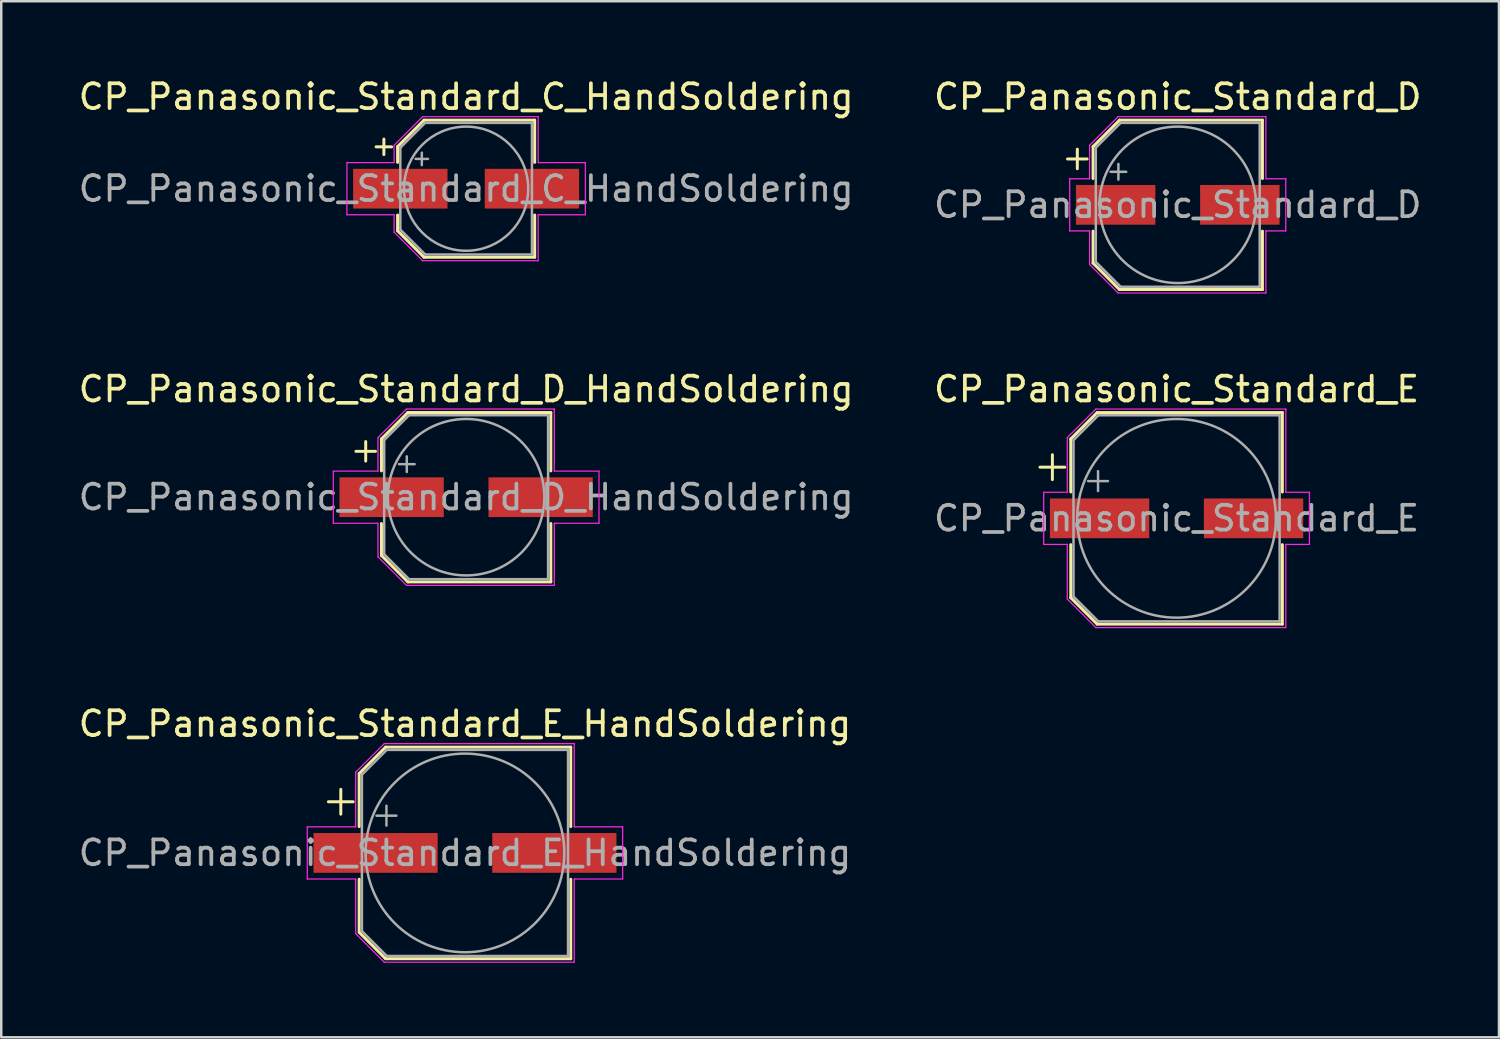
<source format=kicad_pcb>
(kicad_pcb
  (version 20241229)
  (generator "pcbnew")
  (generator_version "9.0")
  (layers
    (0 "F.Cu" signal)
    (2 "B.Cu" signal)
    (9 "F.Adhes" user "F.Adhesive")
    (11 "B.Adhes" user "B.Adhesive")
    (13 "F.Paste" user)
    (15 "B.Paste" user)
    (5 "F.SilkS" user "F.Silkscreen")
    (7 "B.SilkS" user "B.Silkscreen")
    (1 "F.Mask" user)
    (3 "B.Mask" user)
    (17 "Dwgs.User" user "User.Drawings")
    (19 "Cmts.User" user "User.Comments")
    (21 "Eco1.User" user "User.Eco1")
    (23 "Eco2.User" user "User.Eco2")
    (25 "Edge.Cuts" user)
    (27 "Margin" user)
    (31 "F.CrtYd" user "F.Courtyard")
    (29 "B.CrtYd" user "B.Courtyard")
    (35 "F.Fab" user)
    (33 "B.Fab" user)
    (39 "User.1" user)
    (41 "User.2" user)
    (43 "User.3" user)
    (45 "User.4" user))
  (footprint "CP_Panasonic_Standard_C_HandSoldering"
    (layer "F.Cu")
    (at 15.72 4.548)
    (property "Reference" "CP_Panasonic_Standard_C_HandSoldering" (at 0 -3.7 0) (layer "F.SilkS") (effects (font (size 1 1) (thickness 0.15))))
    (attr smd)
    (fp_line (start -3.625 -1.685) (end -3 -1.685) (stroke (width 0.12) (type solid)) (layer "F.SilkS"))
    (fp_line (start -3.312 -1.998) (end -3.312 -1.373) (stroke (width 0.12) (type solid)) (layer "F.SilkS"))
    (fp_line (start -2.76 -1.696) (end -2.76 -1.06) (stroke (width 0.12) (type solid)) (layer "F.SilkS"))
    (fp_line (start -2.76 -1.696) (end -1.696 -2.76) (stroke (width 0.12) (type solid)) (layer "F.SilkS"))
    (fp_line (start -2.76 1.696) (end -2.76 1.06) (stroke (width 0.12) (type solid)) (layer "F.SilkS"))
    (fp_line (start -2.76 1.696) (end -1.696 2.76) (stroke (width 0.12) (type solid)) (layer "F.SilkS"))
    (fp_line (start -1.696 -2.76) (end 2.76 -2.76) (stroke (width 0.12) (type solid)) (layer "F.SilkS"))
    (fp_line (start -1.696 2.76) (end 2.76 2.76) (stroke (width 0.12) (type solid)) (layer "F.SilkS"))
    (fp_line (start 2.76 -2.76) (end 2.76 -1.06) (stroke (width 0.12) (type solid)) (layer "F.SilkS"))
    (fp_line (start 2.76 2.76) (end 2.76 1.06) (stroke (width 0.12) (type solid)) (layer "F.SilkS"))
    (fp_line (start -4.8 -1.05) (end -4.8 1.05) (stroke (width 0.05) (type solid)) (layer "F.CrtYd"))
    (fp_line (start -4.8 1.05) (end -2.9 1.05) (stroke (width 0.05) (type solid)) (layer "F.CrtYd"))
    (fp_line (start -2.9 -1.75) (end -2.9 -1.05) (stroke (width 0.05) (type solid)) (layer "F.CrtYd"))
    (fp_line (start -2.9 -1.75) (end -1.75 -2.9) (stroke (width 0.05) (type solid)) (layer "F.CrtYd"))
    (fp_line (start -2.9 -1.05) (end -4.8 -1.05) (stroke (width 0.05) (type solid)) (layer "F.CrtYd"))
    (fp_line (start -2.9 1.05) (end -2.9 1.75) (stroke (width 0.05) (type solid)) (layer "F.CrtYd"))
    (fp_line (start -2.9 1.75) (end -1.75 2.9) (stroke (width 0.05) (type solid)) (layer "F.CrtYd"))
    (fp_line (start -1.75 -2.9) (end 2.9 -2.9) (stroke (width 0.05) (type solid)) (layer "F.CrtYd"))
    (fp_line (start -1.75 2.9) (end 2.9 2.9) (stroke (width 0.05) (type solid)) (layer "F.CrtYd"))
    (fp_line (start 2.9 -2.9) (end 2.9 -1.05) (stroke (width 0.05) (type solid)) (layer "F.CrtYd"))
    (fp_line (start 2.9 -1.05) (end 4.8 -1.05) (stroke (width 0.05) (type solid)) (layer "F.CrtYd"))
    (fp_line (start 2.9 1.05) (end 2.9 2.9) (stroke (width 0.05) (type solid)) (layer "F.CrtYd"))
    (fp_line (start 4.8 -1.05) (end 4.8 1.05) (stroke (width 0.05) (type solid)) (layer "F.CrtYd"))
    (fp_line (start 4.8 1.05) (end 2.9 1.05) (stroke (width 0.05) (type solid)) (layer "F.CrtYd"))
    (fp_line (start -2.65 -1.65) (end -2.65 1.65) (stroke (width 0.1) (type solid)) (layer "F.Fab"))
    (fp_line (start -2.65 -1.65) (end -1.65 -2.65) (stroke (width 0.1) (type solid)) (layer "F.Fab"))
    (fp_line (start -2.65 1.65) (end -1.65 2.65) (stroke (width 0.1) (type solid)) (layer "F.Fab"))
    (fp_line (start -2.034 -1.2) (end -1.534 -1.2) (stroke (width 0.1) (type solid)) (layer "F.Fab"))
    (fp_line (start -1.784 -1.45) (end -1.784 -0.95) (stroke (width 0.1) (type solid)) (layer "F.Fab"))
    (fp_line (start -1.65 -2.65) (end 2.65 -2.65) (stroke (width 0.1) (type solid)) (layer "F.Fab"))
    (fp_line (start -1.65 2.65) (end 2.65 2.65) (stroke (width 0.1) (type solid)) (layer "F.Fab"))
    (fp_line (start 2.65 -2.65) (end 2.65 2.65) (stroke (width 0.1) (type solid)) (layer "F.Fab"))
    (fp_circle (center 0 0) (end 2.5 0) (stroke (width 0.1) (type solid)) (fill no) (layer "F.Fab"))
    (fp_text user "${REFERENCE}" (at 0 0 0) (layer "F.Fab") (effects (font (size 1 1) (thickness 0.15))))
    (pad "1" smd rect (at -2.65 0) (size 3.8 1.6) (layers "F.Cu" "F.Mask" "F.Paste"))
    (pad "2" smd rect (at 2.65 0) (size 3.8 1.6) (layers "F.Cu" "F.Mask" "F.Paste")))
  (footprint "CP_Panasonic_Standard_E"
    (layer "F.Cu")
    (at 44.327 17.822)
    (property "Reference" "CP_Panasonic_Standard_E" (at 0 -5.2 0) (layer "F.SilkS") (effects (font (size 1 1) (thickness 0.15))))
    (attr smd)
    (fp_line (start -5.5 -2.06) (end -4.5 -2.06) (stroke (width 0.12) (type solid)) (layer "F.SilkS"))
    (fp_line (start -5 -2.56) (end -5 -1.56) (stroke (width 0.12) (type solid)) (layer "F.SilkS"))
    (fp_line (start -4.26 -3.196) (end -4.26 -1.06) (stroke (width 0.12) (type solid)) (layer "F.SilkS"))
    (fp_line (start -4.26 -3.196) (end -3.196 -4.26) (stroke (width 0.12) (type solid)) (layer "F.SilkS"))
    (fp_line (start -4.26 3.196) (end -4.26 1.06) (stroke (width 0.12) (type solid)) (layer "F.SilkS"))
    (fp_line (start -4.26 3.196) (end -3.196 4.26) (stroke (width 0.12) (type solid)) (layer "F.SilkS"))
    (fp_line (start -3.196 -4.26) (end 4.26 -4.26) (stroke (width 0.12) (type solid)) (layer "F.SilkS"))
    (fp_line (start -3.196 4.26) (end 4.26 4.26) (stroke (width 0.12) (type solid)) (layer "F.SilkS"))
    (fp_line (start 4.26 -4.26) (end 4.26 -1.06) (stroke (width 0.12) (type solid)) (layer "F.SilkS"))
    (fp_line (start 4.26 4.26) (end 4.26 1.06) (stroke (width 0.12) (type solid)) (layer "F.SilkS"))
    (fp_line (start -5.35 -1.05) (end -5.35 1.05) (stroke (width 0.05) (type solid)) (layer "F.CrtYd"))
    (fp_line (start -5.35 1.05) (end -4.4 1.05) (stroke (width 0.05) (type solid)) (layer "F.CrtYd"))
    (fp_line (start -4.4 -3.25) (end -4.4 -1.05) (stroke (width 0.05) (type solid)) (layer "F.CrtYd"))
    (fp_line (start -4.4 -3.25) (end -3.25 -4.4) (stroke (width 0.05) (type solid)) (layer "F.CrtYd"))
    (fp_line (start -4.4 -1.05) (end -5.35 -1.05) (stroke (width 0.05) (type solid)) (layer "F.CrtYd"))
    (fp_line (start -4.4 1.05) (end -4.4 3.25) (stroke (width 0.05) (type solid)) (layer "F.CrtYd"))
    (fp_line (start -4.4 3.25) (end -3.25 4.4) (stroke (width 0.05) (type solid)) (layer "F.CrtYd"))
    (fp_line (start -3.25 -4.4) (end 4.4 -4.4) (stroke (width 0.05) (type solid)) (layer "F.CrtYd"))
    (fp_line (start -3.25 4.4) (end 4.4 4.4) (stroke (width 0.05) (type solid)) (layer "F.CrtYd"))
    (fp_line (start 4.4 -4.4) (end 4.4 -1.05) (stroke (width 0.05) (type solid)) (layer "F.CrtYd"))
    (fp_line (start 4.4 -1.05) (end 5.35 -1.05) (stroke (width 0.05) (type solid)) (layer "F.CrtYd"))
    (fp_line (start 4.4 1.05) (end 4.4 4.4) (stroke (width 0.05) (type solid)) (layer "F.CrtYd"))
    (fp_line (start 5.35 -1.05) (end 5.35 1.05) (stroke (width 0.05) (type solid)) (layer "F.CrtYd"))
    (fp_line (start 5.35 1.05) (end 4.4 1.05) (stroke (width 0.05) (type solid)) (layer "F.CrtYd"))
    (fp_line (start -4.15 -3.15) (end -4.15 3.15) (stroke (width 0.1) (type solid)) (layer "F.Fab"))
    (fp_line (start -4.15 -3.15) (end -3.15 -4.15) (stroke (width 0.1) (type solid)) (layer "F.Fab"))
    (fp_line (start -4.15 3.15) (end -3.15 4.15) (stroke (width 0.1) (type solid)) (layer "F.Fab"))
    (fp_line (start -3.562 -1.5) (end -2.762 -1.5) (stroke (width 0.1) (type solid)) (layer "F.Fab"))
    (fp_line (start -3.162 -1.9) (end -3.162 -1.1) (stroke (width 0.1) (type solid)) (layer "F.Fab"))
    (fp_line (start -3.15 -4.15) (end 4.15 -4.15) (stroke (width 0.1) (type solid)) (layer "F.Fab"))
    (fp_line (start -3.15 4.15) (end 4.15 4.15) (stroke (width 0.1) (type solid)) (layer "F.Fab"))
    (fp_line (start 4.15 -4.15) (end 4.15 4.15) (stroke (width 0.1) (type solid)) (layer "F.Fab"))
    (fp_circle (center 0 0) (end 4 0) (stroke (width 0.1) (type solid)) (fill no) (layer "F.Fab"))
    (fp_text user "${REFERENCE}" (at 0 0 0) (layer "F.Fab") (effects (font (size 1 1) (thickness 0.15))))
    (pad "1" smd rect (at -3.1 0) (size 4 1.6) (layers "F.Cu" "F.Mask" "F.Paste"))
    (pad "2" smd rect (at 3.1 0) (size 4 1.6) (layers "F.Cu" "F.Mask" "F.Paste")))
  (footprint "CP_Panasonic_Standard_E_HandSoldering"
    (layer "F.Cu")
    (at 15.673 31.295)
    (property "Reference" "CP_Panasonic_Standard_E_HandSoldering" (at 0 -5.2 0) (layer "F.SilkS") (effects (font (size 1 1) (thickness 0.15))))
    (attr smd)
    (fp_line (start -5.5 -2.06) (end -4.5 -2.06) (stroke (width 0.12) (type solid)) (layer "F.SilkS"))
    (fp_line (start -5 -2.56) (end -5 -1.56) (stroke (width 0.12) (type solid)) (layer "F.SilkS"))
    (fp_line (start -4.26 -3.196) (end -4.26 -1.06) (stroke (width 0.12) (type solid)) (layer "F.SilkS"))
    (fp_line (start -4.26 -3.196) (end -3.196 -4.26) (stroke (width 0.12) (type solid)) (layer "F.SilkS"))
    (fp_line (start -4.26 3.196) (end -4.26 1.06) (stroke (width 0.12) (type solid)) (layer "F.SilkS"))
    (fp_line (start -4.26 3.196) (end -3.196 4.26) (stroke (width 0.12) (type solid)) (layer "F.SilkS"))
    (fp_line (start -3.196 -4.26) (end 4.26 -4.26) (stroke (width 0.12) (type solid)) (layer "F.SilkS"))
    (fp_line (start -3.196 4.26) (end 4.26 4.26) (stroke (width 0.12) (type solid)) (layer "F.SilkS"))
    (fp_line (start 4.26 -4.26) (end 4.26 -1.06) (stroke (width 0.12) (type solid)) (layer "F.SilkS"))
    (fp_line (start 4.26 4.26) (end 4.26 1.06) (stroke (width 0.12) (type solid)) (layer "F.SilkS"))
    (fp_line (start -6.35 -1.05) (end -6.35 1.05) (stroke (width 0.05) (type solid)) (layer "F.CrtYd"))
    (fp_line (start -6.35 1.05) (end -4.4 1.05) (stroke (width 0.05) (type solid)) (layer "F.CrtYd"))
    (fp_line (start -4.4 -3.25) (end -4.4 -1.05) (stroke (width 0.05) (type solid)) (layer "F.CrtYd"))
    (fp_line (start -4.4 -3.25) (end -3.25 -4.4) (stroke (width 0.05) (type solid)) (layer "F.CrtYd"))
    (fp_line (start -4.4 -1.05) (end -6.35 -1.05) (stroke (width 0.05) (type solid)) (layer "F.CrtYd"))
    (fp_line (start -4.4 1.05) (end -4.4 3.25) (stroke (width 0.05) (type solid)) (layer "F.CrtYd"))
    (fp_line (start -4.4 3.25) (end -3.25 4.4) (stroke (width 0.05) (type solid)) (layer "F.CrtYd"))
    (fp_line (start -3.25 -4.4) (end 4.4 -4.4) (stroke (width 0.05) (type solid)) (layer "F.CrtYd"))
    (fp_line (start -3.25 4.4) (end 4.4 4.4) (stroke (width 0.05) (type solid)) (layer "F.CrtYd"))
    (fp_line (start 4.4 -4.4) (end 4.4 -1.05) (stroke (width 0.05) (type solid)) (layer "F.CrtYd"))
    (fp_line (start 4.4 -1.05) (end 6.35 -1.05) (stroke (width 0.05) (type solid)) (layer "F.CrtYd"))
    (fp_line (start 4.4 1.05) (end 4.4 4.4) (stroke (width 0.05) (type solid)) (layer "F.CrtYd"))
    (fp_line (start 6.35 -1.05) (end 6.35 1.05) (stroke (width 0.05) (type solid)) (layer "F.CrtYd"))
    (fp_line (start 6.35 1.05) (end 4.4 1.05) (stroke (width 0.05) (type solid)) (layer "F.CrtYd"))
    (fp_line (start -4.15 -3.15) (end -4.15 3.15) (stroke (width 0.1) (type solid)) (layer "F.Fab"))
    (fp_line (start -4.15 -3.15) (end -3.15 -4.15) (stroke (width 0.1) (type solid)) (layer "F.Fab"))
    (fp_line (start -4.15 3.15) (end -3.15 4.15) (stroke (width 0.1) (type solid)) (layer "F.Fab"))
    (fp_line (start -3.562 -1.5) (end -2.762 -1.5) (stroke (width 0.1) (type solid)) (layer "F.Fab"))
    (fp_line (start -3.162 -1.9) (end -3.162 -1.1) (stroke (width 0.1) (type solid)) (layer "F.Fab"))
    (fp_line (start -3.15 -4.15) (end 4.15 -4.15) (stroke (width 0.1) (type solid)) (layer "F.Fab"))
    (fp_line (start -3.15 4.15) (end 4.15 4.15) (stroke (width 0.1) (type solid)) (layer "F.Fab"))
    (fp_line (start 4.15 -4.15) (end 4.15 4.15) (stroke (width 0.1) (type solid)) (layer "F.Fab"))
    (fp_circle (center 0 0) (end 4 0) (stroke (width 0.1) (type solid)) (fill no) (layer "F.Fab"))
    (fp_text user "${REFERENCE}" (at 0 0 0) (layer "F.Fab") (effects (font (size 1 1) (thickness 0.15))))
    (pad "1" smd rect (at -3.6 0) (size 5 1.6) (layers "F.Cu" "F.Mask" "F.Paste"))
    (pad "2" smd rect (at 3.6 0) (size 5 1.6) (layers "F.Cu" "F.Mask" "F.Paste")))
  (footprint "CP_Panasonic_Standard_D_HandSoldering"
    (layer "F.Cu")
    (at 15.72 16.971)
    (property "Reference" "CP_Panasonic_Standard_D_HandSoldering" (at 0 -4.35 0) (layer "F.SilkS") (effects (font (size 1 1) (thickness 0.15))))
    (attr smd)
    (fp_line (start -4.438 -1.847) (end -3.65 -1.847) (stroke (width 0.12) (type solid)) (layer "F.SilkS"))
    (fp_line (start -4.044 -2.241) (end -4.044 -1.454) (stroke (width 0.12) (type solid)) (layer "F.SilkS"))
    (fp_line (start -3.41 -2.346) (end -3.41 -1.06) (stroke (width 0.12) (type solid)) (layer "F.SilkS"))
    (fp_line (start -3.41 -2.346) (end -2.346 -3.41) (stroke (width 0.12) (type solid)) (layer "F.SilkS"))
    (fp_line (start -3.41 2.346) (end -3.41 1.06) (stroke (width 0.12) (type solid)) (layer "F.SilkS"))
    (fp_line (start -3.41 2.346) (end -2.346 3.41) (stroke (width 0.12) (type solid)) (layer "F.SilkS"))
    (fp_line (start -2.346 -3.41) (end 3.41 -3.41) (stroke (width 0.12) (type solid)) (layer "F.SilkS"))
    (fp_line (start -2.346 3.41) (end 3.41 3.41) (stroke (width 0.12) (type solid)) (layer "F.SilkS"))
    (fp_line (start 3.41 -3.41) (end 3.41 -1.06) (stroke (width 0.12) (type solid)) (layer "F.SilkS"))
    (fp_line (start 3.41 3.41) (end 3.41 1.06) (stroke (width 0.12) (type solid)) (layer "F.SilkS"))
    (fp_line (start -5.35 -1.05) (end -5.35 1.05) (stroke (width 0.05) (type solid)) (layer "F.CrtYd"))
    (fp_line (start -5.35 1.05) (end -3.55 1.05) (stroke (width 0.05) (type solid)) (layer "F.CrtYd"))
    (fp_line (start -3.55 -2.4) (end -3.55 -1.05) (stroke (width 0.05) (type solid)) (layer "F.CrtYd"))
    (fp_line (start -3.55 -2.4) (end -2.4 -3.55) (stroke (width 0.05) (type solid)) (layer "F.CrtYd"))
    (fp_line (start -3.55 -1.05) (end -5.35 -1.05) (stroke (width 0.05) (type solid)) (layer "F.CrtYd"))
    (fp_line (start -3.55 1.05) (end -3.55 2.4) (stroke (width 0.05) (type solid)) (layer "F.CrtYd"))
    (fp_line (start -3.55 2.4) (end -2.4 3.55) (stroke (width 0.05) (type solid)) (layer "F.CrtYd"))
    (fp_line (start -2.4 -3.55) (end 3.55 -3.55) (stroke (width 0.05) (type solid)) (layer "F.CrtYd"))
    (fp_line (start -2.4 3.55) (end 3.55 3.55) (stroke (width 0.05) (type solid)) (layer "F.CrtYd"))
    (fp_line (start 3.55 -3.55) (end 3.55 -1.05) (stroke (width 0.05) (type solid)) (layer "F.CrtYd"))
    (fp_line (start 3.55 -1.05) (end 5.35 -1.05) (stroke (width 0.05) (type solid)) (layer "F.CrtYd"))
    (fp_line (start 3.55 1.05) (end 3.55 3.55) (stroke (width 0.05) (type solid)) (layer "F.CrtYd"))
    (fp_line (start 5.35 -1.05) (end 5.35 1.05) (stroke (width 0.05) (type solid)) (layer "F.CrtYd"))
    (fp_line (start 5.35 1.05) (end 3.55 1.05) (stroke (width 0.05) (type solid)) (layer "F.CrtYd"))
    (fp_line (start -3.3 -2.3) (end -3.3 2.3) (stroke (width 0.1) (type solid)) (layer "F.Fab"))
    (fp_line (start -3.3 -2.3) (end -2.3 -3.3) (stroke (width 0.1) (type solid)) (layer "F.Fab"))
    (fp_line (start -3.3 2.3) (end -2.3 3.3) (stroke (width 0.1) (type solid)) (layer "F.Fab"))
    (fp_line (start -2.705 -1.33) (end -2.075 -1.33) (stroke (width 0.1) (type solid)) (layer "F.Fab"))
    (fp_line (start -2.39 -1.645) (end -2.39 -1.015) (stroke (width 0.1) (type solid)) (layer "F.Fab"))
    (fp_line (start -2.3 -3.3) (end 3.3 -3.3) (stroke (width 0.1) (type solid)) (layer "F.Fab"))
    (fp_line (start -2.3 3.3) (end 3.3 3.3) (stroke (width 0.1) (type solid)) (layer "F.Fab"))
    (fp_line (start 3.3 -3.3) (end 3.3 3.3) (stroke (width 0.1) (type solid)) (layer "F.Fab"))
    (fp_circle (center 0 0) (end 3.15 0) (stroke (width 0.1) (type solid)) (fill no) (layer "F.Fab"))
    (fp_text user "${REFERENCE}" (at 0 0 0) (layer "F.Fab") (effects (font (size 1 1) (thickness 0.15))))
    (pad "1" smd rect (at -3 0) (size 4.2 1.6) (layers "F.Cu" "F.Mask" "F.Paste"))
    (pad "2" smd rect (at 3 0) (size 4.2 1.6) (layers "F.Cu" "F.Mask" "F.Paste")))
  (footprint "CP_Panasonic_Standard_D"
    (layer "F.Cu")
    (at 44.375 5.198)
    (property "Reference" "CP_Panasonic_Standard_D" (at 0 -4.35 0) (layer "F.SilkS") (effects (font (size 1 1) (thickness 0.15))))
    (attr smd)
    (fp_line (start -4.438 -1.847) (end -3.65 -1.847) (stroke (width 0.12) (type solid)) (layer "F.SilkS"))
    (fp_line (start -4.044 -2.241) (end -4.044 -1.454) (stroke (width 0.12) (type solid)) (layer "F.SilkS"))
    (fp_line (start -3.41 -2.346) (end -3.41 -1.06) (stroke (width 0.12) (type solid)) (layer "F.SilkS"))
    (fp_line (start -3.41 -2.346) (end -2.346 -3.41) (stroke (width 0.12) (type solid)) (layer "F.SilkS"))
    (fp_line (start -3.41 2.346) (end -3.41 1.06) (stroke (width 0.12) (type solid)) (layer "F.SilkS"))
    (fp_line (start -3.41 2.346) (end -2.346 3.41) (stroke (width 0.12) (type solid)) (layer "F.SilkS"))
    (fp_line (start -2.346 -3.41) (end 3.41 -3.41) (stroke (width 0.12) (type solid)) (layer "F.SilkS"))
    (fp_line (start -2.346 3.41) (end 3.41 3.41) (stroke (width 0.12) (type solid)) (layer "F.SilkS"))
    (fp_line (start 3.41 -3.41) (end 3.41 -1.06) (stroke (width 0.12) (type solid)) (layer "F.SilkS"))
    (fp_line (start 3.41 3.41) (end 3.41 1.06) (stroke (width 0.12) (type solid)) (layer "F.SilkS"))
    (fp_line (start -4.35 -1.05) (end -4.35 1.05) (stroke (width 0.05) (type solid)) (layer "F.CrtYd"))
    (fp_line (start -4.35 1.05) (end -3.55 1.05) (stroke (width 0.05) (type solid)) (layer "F.CrtYd"))
    (fp_line (start -3.55 -2.4) (end -3.55 -1.05) (stroke (width 0.05) (type solid)) (layer "F.CrtYd"))
    (fp_line (start -3.55 -2.4) (end -2.4 -3.55) (stroke (width 0.05) (type solid)) (layer "F.CrtYd"))
    (fp_line (start -3.55 -1.05) (end -4.35 -1.05) (stroke (width 0.05) (type solid)) (layer "F.CrtYd"))
    (fp_line (start -3.55 1.05) (end -3.55 2.4) (stroke (width 0.05) (type solid)) (layer "F.CrtYd"))
    (fp_line (start -3.55 2.4) (end -2.4 3.55) (stroke (width 0.05) (type solid)) (layer "F.CrtYd"))
    (fp_line (start -2.4 -3.55) (end 3.55 -3.55) (stroke (width 0.05) (type solid)) (layer "F.CrtYd"))
    (fp_line (start -2.4 3.55) (end 3.55 3.55) (stroke (width 0.05) (type solid)) (layer "F.CrtYd"))
    (fp_line (start 3.55 -3.55) (end 3.55 -1.05) (stroke (width 0.05) (type solid)) (layer "F.CrtYd"))
    (fp_line (start 3.55 -1.05) (end 4.35 -1.05) (stroke (width 0.05) (type solid)) (layer "F.CrtYd"))
    (fp_line (start 3.55 1.05) (end 3.55 3.55) (stroke (width 0.05) (type solid)) (layer "F.CrtYd"))
    (fp_line (start 4.35 -1.05) (end 4.35 1.05) (stroke (width 0.05) (type solid)) (layer "F.CrtYd"))
    (fp_line (start 4.35 1.05) (end 3.55 1.05) (stroke (width 0.05) (type solid)) (layer "F.CrtYd"))
    (fp_line (start -3.3 -2.3) (end -3.3 2.3) (stroke (width 0.1) (type solid)) (layer "F.Fab"))
    (fp_line (start -3.3 -2.3) (end -2.3 -3.3) (stroke (width 0.1) (type solid)) (layer "F.Fab"))
    (fp_line (start -3.3 2.3) (end -2.3 3.3) (stroke (width 0.1) (type solid)) (layer "F.Fab"))
    (fp_line (start -2.705 -1.33) (end -2.075 -1.33) (stroke (width 0.1) (type solid)) (layer "F.Fab"))
    (fp_line (start -2.39 -1.645) (end -2.39 -1.015) (stroke (width 0.1) (type solid)) (layer "F.Fab"))
    (fp_line (start -2.3 -3.3) (end 3.3 -3.3) (stroke (width 0.1) (type solid)) (layer "F.Fab"))
    (fp_line (start -2.3 3.3) (end 3.3 3.3) (stroke (width 0.1) (type solid)) (layer "F.Fab"))
    (fp_line (start 3.3 -3.3) (end 3.3 3.3) (stroke (width 0.1) (type solid)) (layer "F.Fab"))
    (fp_circle (center 0 0) (end 3.15 0) (stroke (width 0.1) (type solid)) (fill no) (layer "F.Fab"))
    (fp_text user "${REFERENCE}" (at 0 0 0) (layer "F.Fab") (effects (font (size 1 1) (thickness 0.15))))
    (pad "1" smd rect (at -2.5 0) (size 3.2 1.6) (layers "F.Cu" "F.Mask" "F.Paste"))
    (pad "2" smd rect (at 2.5 0) (size 3.2 1.6) (layers "F.Cu" "F.Mask" "F.Paste")))
  (gr_rect
    (start -3 -3)
    (end 57.31 38.72)
    (stroke (width 0.1) (type default))
    (fill no)
    (layer "Edge.Cuts")))
</source>
